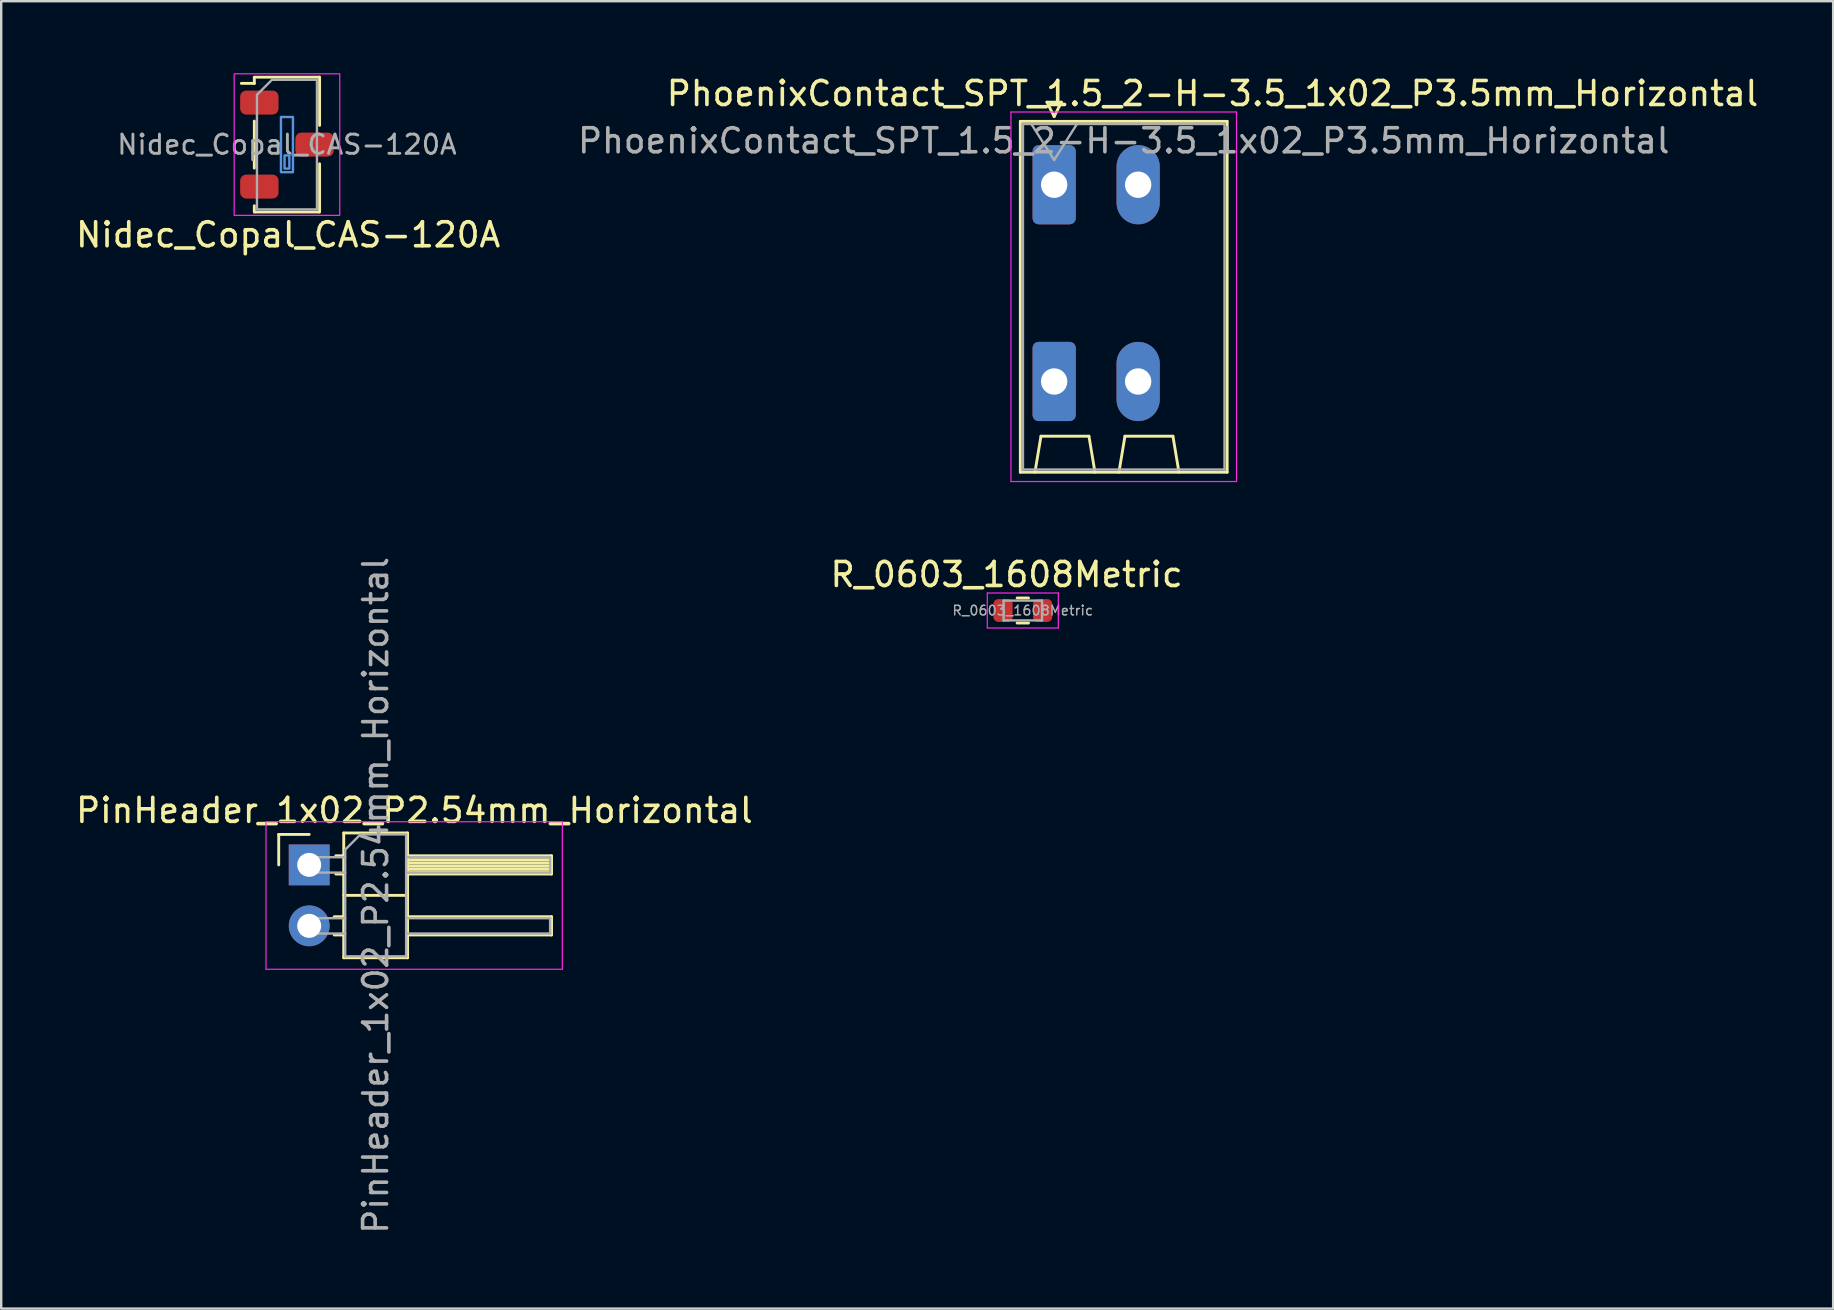
<source format=kicad_pcb>
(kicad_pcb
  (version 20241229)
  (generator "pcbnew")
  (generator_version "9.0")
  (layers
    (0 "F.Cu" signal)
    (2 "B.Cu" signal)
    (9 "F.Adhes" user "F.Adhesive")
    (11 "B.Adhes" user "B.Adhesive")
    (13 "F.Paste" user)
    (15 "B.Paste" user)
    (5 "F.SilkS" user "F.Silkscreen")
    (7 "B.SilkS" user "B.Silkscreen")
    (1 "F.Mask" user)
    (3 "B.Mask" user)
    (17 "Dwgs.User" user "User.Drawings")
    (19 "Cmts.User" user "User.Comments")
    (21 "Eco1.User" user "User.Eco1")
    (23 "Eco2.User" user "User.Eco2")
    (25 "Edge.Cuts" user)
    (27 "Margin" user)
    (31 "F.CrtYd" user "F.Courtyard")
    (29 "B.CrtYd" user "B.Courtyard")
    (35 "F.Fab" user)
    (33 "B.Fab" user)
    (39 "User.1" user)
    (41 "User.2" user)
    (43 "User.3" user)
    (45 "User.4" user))
  (footprint "PinHeader_1x02_P2.54mm_Horizontal"
    (layer "F.Cu")
    (at 9.835 32.993)
    (property "Reference" "PinHeader_1x02_P2.54mm_Horizontal" (at 4.385 -2.27 0) (layer "F.SilkS") (effects (font (size 1 1) (thickness 0.15))))
    (attr through_hole)
    (fp_line (start -1.27 -1.27) (end 0 -1.27) (stroke (width 0.12) (type solid)) (layer "F.SilkS"))
    (fp_line (start -1.27 0) (end -1.27 -1.27) (stroke (width 0.12) (type solid)) (layer "F.SilkS"))
    (fp_line (start 1.043 2.16) (end 1.44 2.16) (stroke (width 0.12) (type solid)) (layer "F.SilkS"))
    (fp_line (start 1.043 2.92) (end 1.44 2.92) (stroke (width 0.12) (type solid)) (layer "F.SilkS"))
    (fp_line (start 1.11 -0.38) (end 1.44 -0.38) (stroke (width 0.12) (type solid)) (layer "F.SilkS"))
    (fp_line (start 1.11 0.38) (end 1.44 0.38) (stroke (width 0.12) (type solid)) (layer "F.SilkS"))
    (fp_line (start 1.44 -1.33) (end 1.44 3.87) (stroke (width 0.12) (type solid)) (layer "F.SilkS"))
    (fp_line (start 1.44 1.27) (end 4.1 1.27) (stroke (width 0.12) (type solid)) (layer "F.SilkS"))
    (fp_line (start 1.44 3.87) (end 4.1 3.87) (stroke (width 0.12) (type solid)) (layer "F.SilkS"))
    (fp_line (start 4.1 -1.33) (end 1.44 -1.33) (stroke (width 0.12) (type solid)) (layer "F.SilkS"))
    (fp_line (start 4.1 -0.38) (end 10.1 -0.38) (stroke (width 0.12) (type solid)) (layer "F.SilkS"))
    (fp_line (start 4.1 -0.32) (end 10.1 -0.32) (stroke (width 0.12) (type solid)) (layer "F.SilkS"))
    (fp_line (start 4.1 -0.2) (end 10.1 -0.2) (stroke (width 0.12) (type solid)) (layer "F.SilkS"))
    (fp_line (start 4.1 -0.08) (end 10.1 -0.08) (stroke (width 0.12) (type solid)) (layer "F.SilkS"))
    (fp_line (start 4.1 0.04) (end 10.1 0.04) (stroke (width 0.12) (type solid)) (layer "F.SilkS"))
    (fp_line (start 4.1 0.16) (end 10.1 0.16) (stroke (width 0.12) (type solid)) (layer "F.SilkS"))
    (fp_line (start 4.1 0.28) (end 10.1 0.28) (stroke (width 0.12) (type solid)) (layer "F.SilkS"))
    (fp_line (start 4.1 2.16) (end 10.1 2.16) (stroke (width 0.12) (type solid)) (layer "F.SilkS"))
    (fp_line (start 4.1 3.87) (end 4.1 -1.33) (stroke (width 0.12) (type solid)) (layer "F.SilkS"))
    (fp_line (start 10.1 -0.38) (end 10.1 0.38) (stroke (width 0.12) (type solid)) (layer "F.SilkS"))
    (fp_line (start 10.1 0.38) (end 4.1 0.38) (stroke (width 0.12) (type solid)) (layer "F.SilkS"))
    (fp_line (start 10.1 2.16) (end 10.1 2.92) (stroke (width 0.12) (type solid)) (layer "F.SilkS"))
    (fp_line (start 10.1 2.92) (end 4.1 2.92) (stroke (width 0.12) (type solid)) (layer "F.SilkS"))
    (fp_line (start -1.8 -1.8) (end -1.8 4.35) (stroke (width 0.05) (type solid)) (layer "F.CrtYd"))
    (fp_line (start -1.8 4.35) (end 10.55 4.35) (stroke (width 0.05) (type solid)) (layer "F.CrtYd"))
    (fp_line (start 10.55 -1.8) (end -1.8 -1.8) (stroke (width 0.05) (type solid)) (layer "F.CrtYd"))
    (fp_line (start 10.55 4.35) (end 10.55 -1.8) (stroke (width 0.05) (type solid)) (layer "F.CrtYd"))
    (fp_line (start -0.32 -0.32) (end -0.32 0.32) (stroke (width 0.1) (type solid)) (layer "F.Fab"))
    (fp_line (start -0.32 -0.32) (end 1.5 -0.32) (stroke (width 0.1) (type solid)) (layer "F.Fab"))
    (fp_line (start -0.32 0.32) (end 1.5 0.32) (stroke (width 0.1) (type solid)) (layer "F.Fab"))
    (fp_line (start -0.32 2.22) (end -0.32 2.86) (stroke (width 0.1) (type solid)) (layer "F.Fab"))
    (fp_line (start -0.32 2.22) (end 1.5 2.22) (stroke (width 0.1) (type solid)) (layer "F.Fab"))
    (fp_line (start -0.32 2.86) (end 1.5 2.86) (stroke (width 0.1) (type solid)) (layer "F.Fab"))
    (fp_line (start 1.5 -0.635) (end 2.135 -1.27) (stroke (width 0.1) (type solid)) (layer "F.Fab"))
    (fp_line (start 1.5 3.81) (end 1.5 -0.635) (stroke (width 0.1) (type solid)) (layer "F.Fab"))
    (fp_line (start 2.135 -1.27) (end 4.04 -1.27) (stroke (width 0.1) (type solid)) (layer "F.Fab"))
    (fp_line (start 4.04 -1.27) (end 4.04 3.81) (stroke (width 0.1) (type solid)) (layer "F.Fab"))
    (fp_line (start 4.04 -0.32) (end 10.04 -0.32) (stroke (width 0.1) (type solid)) (layer "F.Fab"))
    (fp_line (start 4.04 0.32) (end 10.04 0.32) (stroke (width 0.1) (type solid)) (layer "F.Fab"))
    (fp_line (start 4.04 2.22) (end 10.04 2.22) (stroke (width 0.1) (type solid)) (layer "F.Fab"))
    (fp_line (start 4.04 2.86) (end 10.04 2.86) (stroke (width 0.1) (type solid)) (layer "F.Fab"))
    (fp_line (start 4.04 3.81) (end 1.5 3.81) (stroke (width 0.1) (type solid)) (layer "F.Fab"))
    (fp_line (start 10.04 -0.32) (end 10.04 0.32) (stroke (width 0.1) (type solid)) (layer "F.Fab"))
    (fp_line (start 10.04 2.22) (end 10.04 2.86) (stroke (width 0.1) (type solid)) (layer "F.Fab"))
    (fp_text user "${REFERENCE}" (at 2.77 1.27 90) (layer "F.Fab") (effects (font (size 1 1) (thickness 0.15))))
    (pad "1" thru_hole rect (at 0 0 180) (size 1.7 1.7) (drill 1) (layers "*.Cu" "*.Mask"))
    (pad "2" thru_hole oval (at 0 2.54 180) (size 1.7 1.7) (drill 1) (layers "*.Cu" "*.Mask")))
  (footprint "Nidec_Copal_CAS-120A"
    (layer "F.Cu")
    (at 8.908 2.975)
    (property "Reference" "Nidec_Copal_CAS-120A" (at 0.05 3.76 0) (unlocked yes) (layer "F.SilkS") (effects (font (size 1 1) (thickness 0.15))))
    (attr smd)
    (fp_line (start -1.36 -2.81) (end 1.36 -2.81) (stroke (width 0.12) (type solid)) (layer "F.SilkS"))
    (fp_line (start -1.36 -2.55) (end -1.9 -2.55) (stroke (width 0.12) (type default)) (layer "F.SilkS"))
    (fp_line (start -1.36 -2.55) (end -1.36 -2.8) (stroke (width 0.12) (type solid)) (layer "F.SilkS"))
    (fp_line (start -1.36 -0.98) (end -1.36 0.98) (stroke (width 0.12) (type solid)) (layer "F.SilkS"))
    (fp_line (start -1.36 2.81) (end -1.36 2.55) (stroke (width 0.12) (type solid)) (layer "F.SilkS"))
    (fp_line (start 1.35 2.81) (end -1.35 2.81) (stroke (width 0.12) (type solid)) (layer "F.SilkS"))
    (fp_line (start 1.36 -2.81) (end 1.36 -0.8) (stroke (width 0.12) (type solid)) (layer "F.SilkS"))
    (fp_line (start 1.36 0.8) (end 1.36 2.81) (stroke (width 0.12) (type solid)) (layer "F.SilkS"))
    (fp_rect (start -0.25 -1.15) (end 0.25 1.15) (stroke (width 0.1) (type default)) (fill no) (layer "Cmts.User"))
    (fp_rect (start -0.1 0.45) (end 0.1 1) (stroke (width 0.1) (type solid)) (fill no) (layer "Cmts.User"))
    (fp_rect (start 2.2 -2.95) (end -2.2 2.95) (stroke (width 0.05) (type solid)) (fill no) (layer "F.CrtYd"))
    (fp_poly (pts (xy 1.25 -2.7) (xy -0.625 -2.7) (xy -1.25 -2.075) (xy -1.25 2.7) (xy 1.25 2.7)) (stroke (width 0.1) (type solid)) (fill no) (layer "F.Fab"))
    (fp_text user "${REFERENCE}" (at 0 0 0) (unlocked yes) (layer "F.Fab") (effects (font (size 0.8 0.8) (thickness 0.12))))
    (pad "1" smd roundrect (at -1.15 -1.75 270) (size 1 1.6) (layers "F.Cu" "F.Mask" "F.Paste") (roundrect_rratio 0.25))
    (pad "2" smd roundrect (at 1.15 0 270) (size 1 1.6) (layers "F.Cu" "F.Mask" "F.Paste") (roundrect_rratio 0.25))
    (pad "3" smd roundrect (at -1.15 1.75 270) (size 1 1.6) (layers "F.Cu" "F.Mask" "F.Paste") (roundrect_rratio 0.25)))
  (footprint "PhoenixContact_SPT_1.5_2-H-3.5_1x02_P3.5mm_Horizontal"
    (layer "F.Cu")
    (at 40.88 4.648)
    (property "Reference" "PhoenixContact_SPT_1.5_2-H-3.5_1x02_P3.5mm_Horizontal" (at 6.6 -3.8 0) (layer "F.SilkS") (effects (font (size 1 1) (thickness 0.15))))
    (attr through_hole)
    (fp_line (start -1.41 -2.64) (end 7.21 -2.64) (stroke (width 0.12) (type solid)) (layer "F.SilkS"))
    (fp_line (start -1.41 11.98) (end -1.41 -2.64) (stroke (width 0.12) (type solid)) (layer "F.SilkS"))
    (fp_line (start -0.8 11.98) (end -0.55 10.48) (stroke (width 0.12) (type solid)) (layer "F.SilkS"))
    (fp_line (start -0.55 10.48) (end 1.45 10.48) (stroke (width 0.12) (type solid)) (layer "F.SilkS"))
    (fp_line (start -0.3 -3.44) (end 0 -2.84) (stroke (width 0.12) (type solid)) (layer "F.SilkS"))
    (fp_line (start -0.3 -3.44) (end 0.3 -3.44) (stroke (width 0.12) (type solid)) (layer "F.SilkS"))
    (fp_line (start 0.3 -3.44) (end 0 -2.84) (stroke (width 0.12) (type solid)) (layer "F.SilkS"))
    (fp_line (start 1.7 11.98) (end 1.45 10.48) (stroke (width 0.12) (type solid)) (layer "F.SilkS"))
    (fp_line (start 2.7 11.98) (end 2.95 10.48) (stroke (width 0.12) (type solid)) (layer "F.SilkS"))
    (fp_line (start 2.95 10.48) (end 4.95 10.48) (stroke (width 0.12) (type solid)) (layer "F.SilkS"))
    (fp_line (start 5.2 11.98) (end 4.95 10.48) (stroke (width 0.12) (type solid)) (layer "F.SilkS"))
    (fp_line (start 7.21 -2.64) (end 7.21 11.98) (stroke (width 0.12) (type solid)) (layer "F.SilkS"))
    (fp_line (start 7.21 11.98) (end -1.41 11.98) (stroke (width 0.12) (type solid)) (layer "F.SilkS"))
    (fp_line (start -1.8 -3.03) (end -1.8 12.37) (stroke (width 0.05) (type solid)) (layer "F.CrtYd"))
    (fp_line (start -1.8 12.37) (end 7.6 12.37) (stroke (width 0.05) (type solid)) (layer "F.CrtYd"))
    (fp_line (start 7.6 -3.03) (end -1.8 -3.03) (stroke (width 0.05) (type solid)) (layer "F.CrtYd"))
    (fp_line (start 7.6 12.37) (end 7.6 -3.03) (stroke (width 0.05) (type solid)) (layer "F.CrtYd"))
    (fp_line (start -1.3 -2.53) (end -1.3 11.87) (stroke (width 0.1) (type solid)) (layer "F.Fab"))
    (fp_line (start -1.3 11.87) (end 7.1 11.87) (stroke (width 0.1) (type solid)) (layer "F.Fab"))
    (fp_line (start -0.95 -2.53) (end 0 -1.03) (stroke (width 0.1) (type solid)) (layer "F.Fab"))
    (fp_line (start 0.95 -2.53) (end 0 -1.03) (stroke (width 0.1) (type solid)) (layer "F.Fab"))
    (fp_line (start 7.1 -2.53) (end -1.3 -2.53) (stroke (width 0.1) (type solid)) (layer "F.Fab"))
    (fp_line (start 7.1 11.87) (end 7.1 -2.53) (stroke (width 0.1) (type solid)) (layer "F.Fab"))
    (fp_text user "${REFERENCE}" (at 2.9 -1.83 0) (layer "F.Fab") (effects (font (size 1 1) (thickness 0.15))))
    (pad "1" thru_hole roundrect (at 0 0 180) (size 1.8 3.3) (drill 1.1) (layers "*.Cu" "*.Mask") (roundrect_rratio 0.139))
    (pad "1" thru_hole roundrect (at 0 8.2 180) (size 1.8 3.3) (drill 1.1) (layers "*.Cu" "*.Mask") (roundrect_rratio 0.139))
    (pad "2" thru_hole oval (at 3.5 0 180) (size 1.8 3.3) (drill 1.1) (layers "*.Cu" "*.Mask"))
    (pad "2" thru_hole oval (at 3.5 8.2 180) (size 1.8 3.3) (drill 1.1) (layers "*.Cu" "*.Mask")))
  (footprint "R_0603_1608Metric"
    (layer "F.Cu")
    (at 39.574 22.392)
    (property "Reference" "R_0603_1608Metric" (at -0.675 -1.5 0) (layer "F.SilkS") (effects (font (size 1 1) (thickness 0.15))))
    (attr smd)
    (fp_line (start -0.237 -0.522) (end 0.237 -0.522) (stroke (width 0.12) (type solid)) (layer "F.SilkS"))
    (fp_line (start -0.237 0.522) (end 0.237 0.522) (stroke (width 0.12) (type solid)) (layer "F.SilkS"))
    (fp_line (start -1.48 -0.73) (end 1.48 -0.73) (stroke (width 0.05) (type solid)) (layer "F.CrtYd"))
    (fp_line (start -1.48 0.73) (end -1.48 -0.73) (stroke (width 0.05) (type solid)) (layer "F.CrtYd"))
    (fp_line (start 1.48 -0.73) (end 1.48 0.73) (stroke (width 0.05) (type solid)) (layer "F.CrtYd"))
    (fp_line (start 1.48 0.73) (end -1.48 0.73) (stroke (width 0.05) (type solid)) (layer "F.CrtYd"))
    (fp_line (start -0.8 -0.412) (end 0.8 -0.412) (stroke (width 0.1) (type solid)) (layer "F.Fab"))
    (fp_line (start -0.8 0.412) (end -0.8 -0.412) (stroke (width 0.1) (type solid)) (layer "F.Fab"))
    (fp_line (start 0.8 -0.412) (end 0.8 0.412) (stroke (width 0.1) (type solid)) (layer "F.Fab"))
    (fp_line (start 0.8 0.412) (end -0.8 0.412) (stroke (width 0.1) (type solid)) (layer "F.Fab"))
    (fp_text user "${REFERENCE}" (at 0 0 0) (layer "F.Fab") (effects (font (size 0.4 0.4) (thickness 0.06))))
    (pad "1" smd roundrect (at -0.825 0 180) (size 0.8 0.95) (layers "F.Cu" "F.Mask" "F.Paste") (roundrect_rratio 0.25))
    (pad "2" smd roundrect (at 0.825 0 180) (size 0.8 0.95) (layers "F.Cu" "F.Mask" "F.Paste") (roundrect_rratio 0.25)))
  (gr_rect
    (start -3 -3)
    (end 73.343 51.484)
    (stroke (width 0.1) (type default))
    (fill no)
    (layer "Edge.Cuts")))
</source>
